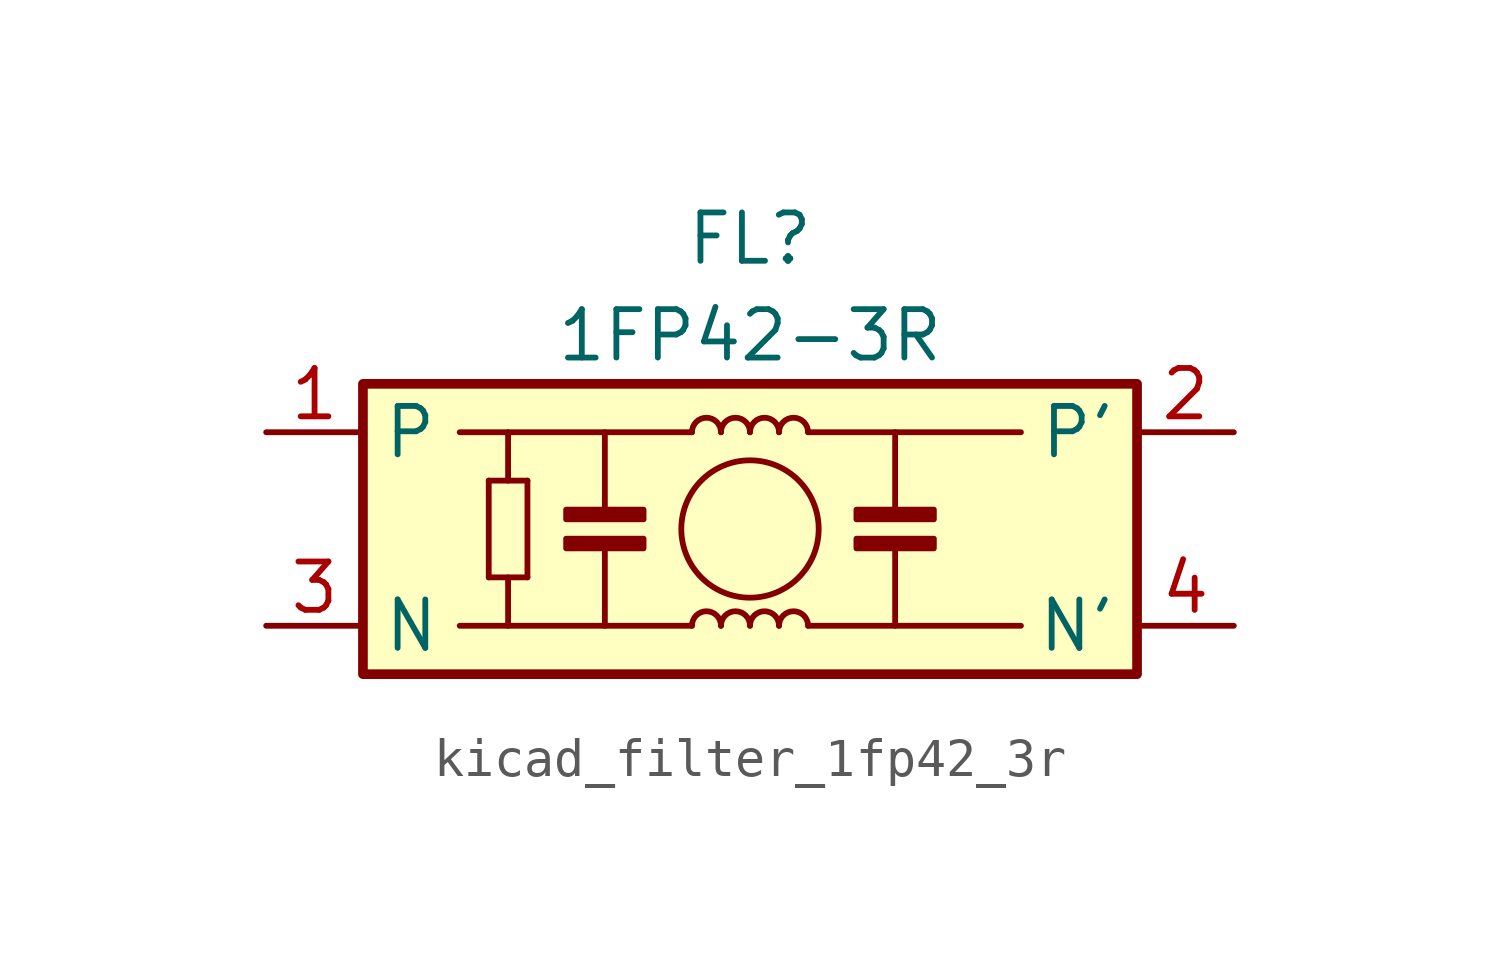
<source format=kicad_sym>
(kicad_symbol_lib
  (version 20220914)
  (generator kicad_symbol_editor)
  (symbol "kicad_filter_1fp42_3r"
    (property "Reference" "FL"
      (at 0 7.62 0)
      (effects (font (size 1.27 1.27))))
    (property "Value" "1FP42-3R"
      (at 0 5.08 0)
      (effects (font (size 1.27 1.27))))
    (symbol "kicad_filter_1fp42_3r_1_1"
      (rectangle (start -10.16 3.81) (end 10.16 -3.81) (stroke (width 0.254) (type default)) (fill (type background)))
      (rectangle (start -4.826 -0.254) (end -2.794 -0.508) (stroke (width 0) (type default)) (fill (type outline)))
      (rectangle (start -4.826 0.254) (end -2.794 0.508) (stroke (width 0) (type default)) (fill (type outline)))
      (arc (start -0.762 -2.54) (mid -1.143 -2.1606) (end -1.524 -2.54) (stroke (width 0) (type default)) (fill (type none)))
      (arc (start -0.762 2.54) (mid -1.143 2.9194) (end -1.524 2.54) (stroke (width 0) (type default)) (fill (type none)))
      (arc (start 0 -2.54) (mid -0.381 -2.1606) (end -0.762 -2.54) (stroke (width 0) (type default)) (fill (type none)))
      (polyline (pts (xy -6.858 -1.27) (xy -6.858 1.27)) (stroke (width 0) (type default)) (fill (type none)))
      (polyline (pts (xy -6.858 -1.27) (xy -5.842 -1.27)) (stroke (width 0) (type default)) (fill (type none)))
      (polyline (pts (xy -6.858 1.27) (xy -5.842 1.27)) (stroke (width 0) (type default)) (fill (type none)))
      (polyline (pts (xy -6.35 -1.27) (xy -6.35 -2.54)) (stroke (width 0) (type default)) (fill (type none)))
      (polyline (pts (xy -6.35 1.27) (xy -6.35 2.54)) (stroke (width 0) (type default)) (fill (type none)))
      (polyline (pts (xy -5.842 -1.27) (xy -5.842 1.27)) (stroke (width 0) (type default)) (fill (type none)))
      (polyline (pts (xy -3.81 -0.508) (xy -3.81 -2.54)) (stroke (width 0) (type default)) (fill (type none)))
      (polyline (pts (xy -3.81 0.508) (xy -3.81 2.54)) (stroke (width 0) (type default)) (fill (type none)))
      (polyline (pts (xy -1.524 -2.54) (xy -7.62 -2.54)) (stroke (width 0) (type default)) (fill (type none)))
      (polyline (pts (xy -1.524 2.54) (xy -7.62 2.54)) (stroke (width 0) (type default)) (fill (type none)))
      (polyline (pts (xy 1.524 -2.54) (xy 7.112 -2.54)) (stroke (width 0) (type default)) (fill (type none)))
      (polyline (pts (xy 3.81 -0.508) (xy 3.81 -2.54)) (stroke (width 0) (type default)) (fill (type none)))
      (polyline (pts (xy 3.81 0.508) (xy 3.81 2.54)) (stroke (width 0) (type default)) (fill (type none)))
      (polyline (pts (xy 7.112 2.54) (xy 1.524 2.54)) (stroke (width 0) (type default)) (fill (type none)))
      (circle (center 0 0) (radius 1.803) (stroke (width 0) (type default)) (fill (type none)))
      (arc (start 0 2.54) (mid -0.381 2.9194) (end -0.762 2.54) (stroke (width 0) (type default)) (fill (type none)))
      (arc (start 0.762 -2.54) (mid 0.381 -2.1606) (end 0 -2.54) (stroke (width 0) (type default)) (fill (type none)))
      (arc (start 0.762 2.54) (mid 0.381 2.9194) (end 0 2.54) (stroke (width 0) (type default)) (fill (type none)))
      (arc (start 1.524 -2.54) (mid 1.143 -2.1606) (end 0.762 -2.54) (stroke (width 0) (type default)) (fill (type none)))
      (arc (start 1.524 2.54) (mid 1.143 2.9194) (end 0.762 2.54) (stroke (width 0) (type default)) (fill (type none)))
      (rectangle (start 2.794 -0.254) (end 4.826 -0.508) (stroke (width 0) (type default)) (fill (type outline)))
      (rectangle (start 2.794 0.254) (end 4.826 0.508) (stroke (width 0) (type default)) (fill (type outline)))
      (pin passive line (at -12.7 2.54 0) (length 2.54) (name "P" (effects (font (size 1.27 1.27)))) (number "1" (effects (font (size 1.27 1.27)))))
      (pin passive line (at 12.7 2.54 180) (length 2.54) (name "P'" (effects (font (size 1.27 1.27)))) (number "2" (effects (font (size 1.27 1.27)))))
      (pin passive line (at -12.7 -2.54 0) (length 2.54) (name "N" (effects (font (size 1.27 1.27)))) (number "3" (effects (font (size 1.27 1.27)))))
      (pin passive line (at 12.7 -2.54 180) (length 2.54) (name "N'" (effects (font (size 1.27 1.27)))) (number "4" (effects (font (size 1.27 1.27))))))))
</source>
